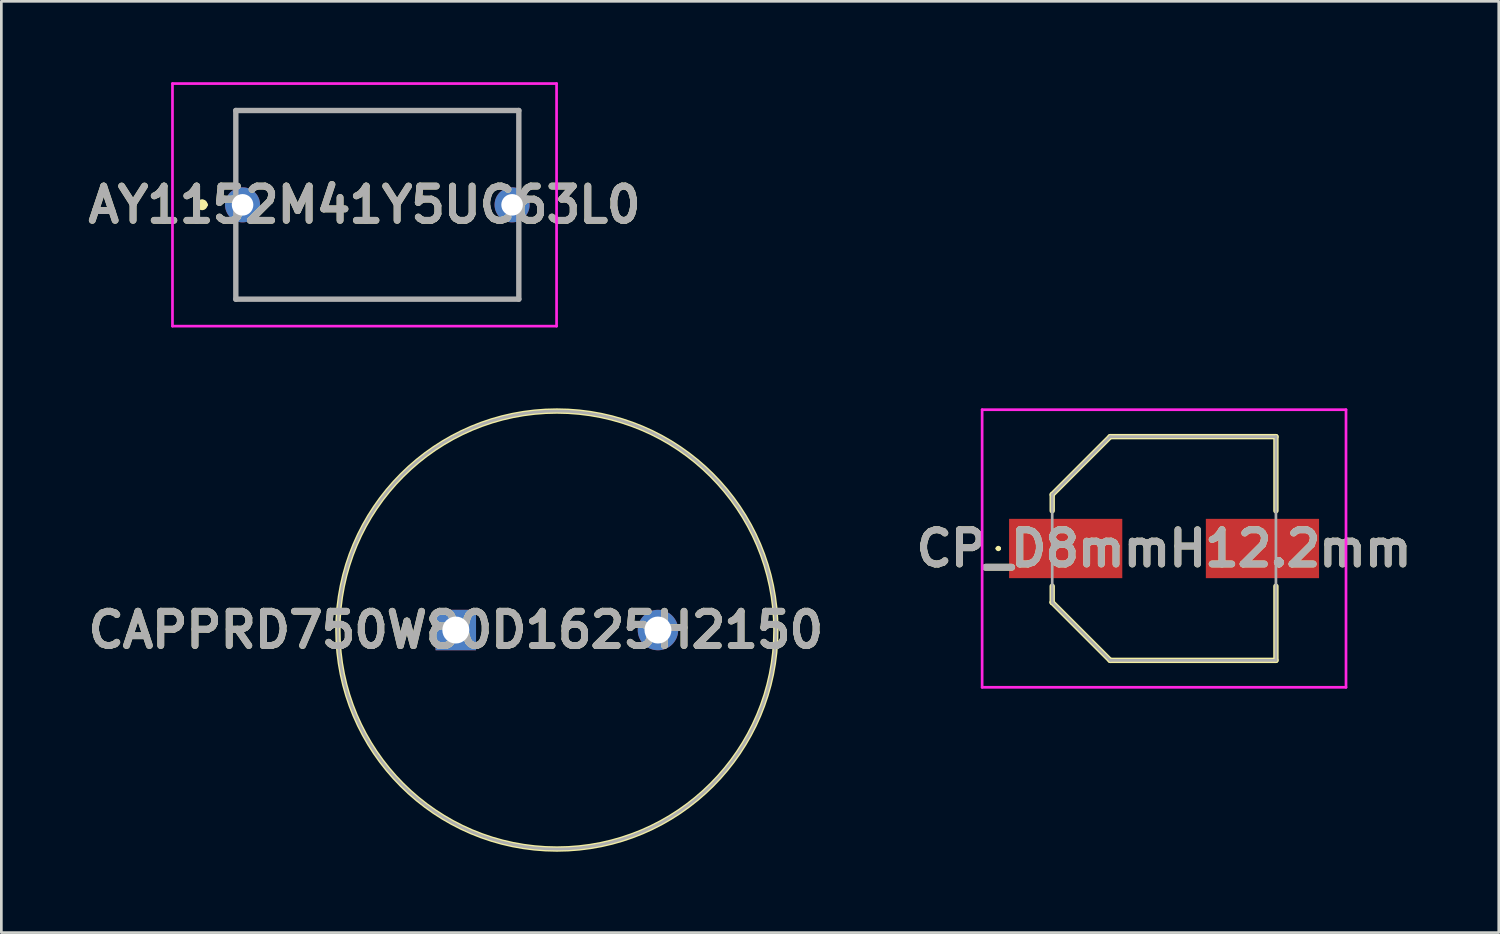
<source format=kicad_pcb>
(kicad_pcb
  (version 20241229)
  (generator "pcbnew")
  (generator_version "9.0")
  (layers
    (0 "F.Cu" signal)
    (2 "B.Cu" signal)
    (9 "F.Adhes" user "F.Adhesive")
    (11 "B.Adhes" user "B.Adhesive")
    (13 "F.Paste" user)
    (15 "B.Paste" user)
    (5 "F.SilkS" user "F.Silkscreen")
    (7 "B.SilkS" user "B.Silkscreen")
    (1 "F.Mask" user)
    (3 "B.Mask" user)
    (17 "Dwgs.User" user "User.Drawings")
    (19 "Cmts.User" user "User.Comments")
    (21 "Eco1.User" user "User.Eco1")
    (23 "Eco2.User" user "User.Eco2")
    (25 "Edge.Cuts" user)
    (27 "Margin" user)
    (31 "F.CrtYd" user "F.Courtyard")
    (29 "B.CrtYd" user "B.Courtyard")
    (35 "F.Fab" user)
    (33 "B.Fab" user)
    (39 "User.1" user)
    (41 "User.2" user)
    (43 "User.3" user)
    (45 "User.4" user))
  (footprint "CP_D8mmH12.2mm"
    (layer "F.Cu")
    (at 40.138 17.3)
    (property "Reference" "CP_D8mmH12.2mm" (at 0 0 0) (layer "F.SilkS") (effects (font (size 1.27 1.27) (thickness 0.254))))
    (attr smd)
    (fp_line (start -6.2 0) (end -6.2 0) (stroke (width 0.1) (type solid)) (layer "F.SilkS"))
    (fp_line (start -6.1 0) (end -6.1 0) (stroke (width 0.1) (type solid)) (layer "F.SilkS"))
    (fp_line (start -4.15 -2) (end -2 -4.15) (stroke (width 0.2) (type solid)) (layer "F.SilkS"))
    (fp_line (start -4.15 -1.4) (end -4.15 -2) (stroke (width 0.2) (type solid)) (layer "F.SilkS"))
    (fp_line (start -4.15 2) (end -4.15 1.4) (stroke (width 0.2) (type solid)) (layer "F.SilkS"))
    (fp_line (start -4.15 2) (end -4.15 2) (stroke (width 0.2) (type solid)) (layer "F.SilkS"))
    (fp_line (start -2 -4.15) (end 4.15 -4.15) (stroke (width 0.2) (type solid)) (layer "F.SilkS"))
    (fp_line (start -2 4.15) (end -4.15 2) (stroke (width 0.2) (type solid)) (layer "F.SilkS"))
    (fp_line (start 4.15 -4.15) (end 4.15 -1.4) (stroke (width 0.2) (type solid)) (layer "F.SilkS"))
    (fp_line (start 4.15 1.4) (end 4.15 4.15) (stroke (width 0.2) (type solid)) (layer "F.SilkS"))
    (fp_line (start 4.15 4.15) (end -2 4.15) (stroke (width 0.2) (type solid)) (layer "F.SilkS"))
    (fp_arc (start -6.2 0) (mid -6.15 -0.05) (end -6.1 0) (stroke (width 0.1) (type solid)) (layer "F.SilkS"))
    (fp_arc (start -6.1 0) (mid -6.15 0.05) (end -6.2 0) (stroke (width 0.1) (type solid)) (layer "F.SilkS"))
    (fp_line (start -6.75 -5.15) (end 6.75 -5.15) (stroke (width 0.1) (type solid)) (layer "F.CrtYd"))
    (fp_line (start -6.75 5.15) (end -6.75 -5.15) (stroke (width 0.1) (type solid)) (layer "F.CrtYd"))
    (fp_line (start 6.75 -5.15) (end 6.75 5.15) (stroke (width 0.1) (type solid)) (layer "F.CrtYd"))
    (fp_line (start 6.75 5.15) (end -6.75 5.15) (stroke (width 0.1) (type solid)) (layer "F.CrtYd"))
    (fp_line (start -4.15 -2) (end -2 -4.15) (stroke (width 0.1) (type solid)) (layer "F.Fab"))
    (fp_line (start -4.15 2) (end -4.15 -2) (stroke (width 0.1) (type solid)) (layer "F.Fab"))
    (fp_line (start -2 -4.15) (end 4.15 -4.15) (stroke (width 0.1) (type solid)) (layer "F.Fab"))
    (fp_line (start -2 4.15) (end -4.15 2) (stroke (width 0.1) (type solid)) (layer "F.Fab"))
    (fp_line (start 4.15 -4.15) (end 4.15 4.15) (stroke (width 0.1) (type solid)) (layer "F.Fab"))
    (fp_line (start 4.15 4.15) (end -2 4.15) (stroke (width 0.1) (type solid)) (layer "F.Fab"))
    (fp_text user "${REFERENCE}" (at 0 0 0) (layer "F.Fab") (effects (font (size 1.27 1.27) (thickness 0.254))))
    (pad "1" smd rect (at -3.65 0 90) (size 2.2 4.2) (layers "F.Cu" "F.Mask" "F.Paste"))
    (pad "2" smd rect (at 3.65 0 90) (size 2.2 4.2) (layers "F.Cu" "F.Mask" "F.Paste")))
  (footprint "CAPPRD750W80D1625H2150"
    (layer "F.Cu")
    (at 13.861 20.325)
    (property "Reference" "CAPPRD750W80D1625H2150" (at 0 0 0) (layer "F.SilkS") (effects (font (size 1.27 1.27) (thickness 0.254))))
    (attr through_hole)
    (fp_circle (center 3.75 0) (end 3.75 8.125) (stroke (width 0.2) (type solid)) (fill no) (layer "F.SilkS"))
    (fp_circle (center 3.75 0) (end 3.75 8.125) (stroke (width 0.1) (type solid)) (fill no) (layer "F.Fab"))
    (fp_text user "${REFERENCE}" (at 0 0 0) (layer "F.Fab") (effects (font (size 1.27 1.27) (thickness 0.254))))
    (pad "1" thru_hole rect (at 0 0) (size 1.5 1.5) (drill 1) (layers "*.Cu" "*.Mask"))
    (pad "2" thru_hole circle (at 7.5 0) (size 1.5 1.5) (drill 1) (layers "*.Cu" "*.Mask")))
  (footprint "AY1152M41Y5UC63L0"
    (layer "F.Cu")
    (at 5.949 4.55)
    (property "Reference" "AY1152M41Y5UC63L0" (at 4.525 0 0) (layer "F.SilkS") (effects (font (size 1.27 1.27) (thickness 0.254))))
    (attr through_hole)
    (fp_line (start -1.6 0) (end -1.6 0) (stroke (width 0.2) (type solid)) (layer "F.SilkS"))
    (fp_line (start -1.4 0) (end -1.4 0) (stroke (width 0.2) (type solid)) (layer "F.SilkS"))
    (fp_line (start -1.4 0) (end -1.4 0) (stroke (width 0.2) (type solid)) (layer "F.SilkS"))
    (fp_line (start -0.25 -3.5) (end -0.25 -3.5) (stroke (width 0.1) (type solid)) (layer "F.SilkS"))
    (fp_line (start -0.25 -3.5) (end -0.25 -3.5) (stroke (width 0.1) (type solid)) (layer "F.SilkS"))
    (fp_line (start -0.25 -3.5) (end -0.25 -1.25) (stroke (width 0.1) (type solid)) (layer "F.SilkS"))
    (fp_line (start -0.25 -3.5) (end 10.25 -3.5) (stroke (width 0.1) (type solid)) (layer "F.SilkS"))
    (fp_line (start -0.25 -1.25) (end -0.25 -3.5) (stroke (width 0.1) (type solid)) (layer "F.SilkS"))
    (fp_line (start -0.25 -1.25) (end -0.25 -1.25) (stroke (width 0.1) (type solid)) (layer "F.SilkS"))
    (fp_line (start -0.25 1.25) (end -0.25 1.25) (stroke (width 0.1) (type solid)) (layer "F.SilkS"))
    (fp_line (start -0.25 1.25) (end -0.25 3.5) (stroke (width 0.1) (type solid)) (layer "F.SilkS"))
    (fp_line (start -0.25 3.5) (end -0.25 1.25) (stroke (width 0.1) (type solid)) (layer "F.SilkS"))
    (fp_line (start -0.25 3.5) (end -0.25 3.5) (stroke (width 0.1) (type solid)) (layer "F.SilkS"))
    (fp_line (start -0.25 3.5) (end -0.25 3.5) (stroke (width 0.1) (type solid)) (layer "F.SilkS"))
    (fp_line (start -0.25 3.5) (end 10.25 3.5) (stroke (width 0.1) (type solid)) (layer "F.SilkS"))
    (fp_line (start 10.25 -3.5) (end -0.25 -3.5) (stroke (width 0.1) (type solid)) (layer "F.SilkS"))
    (fp_line (start 10.25 -3.5) (end 10.25 -3.5) (stroke (width 0.1) (type solid)) (layer "F.SilkS"))
    (fp_line (start 10.25 -3.5) (end 10.25 -3.5) (stroke (width 0.1) (type solid)) (layer "F.SilkS"))
    (fp_line (start 10.25 -3.5) (end 10.25 -1.25) (stroke (width 0.1) (type solid)) (layer "F.SilkS"))
    (fp_line (start 10.25 -1.25) (end 10.25 -3.5) (stroke (width 0.1) (type solid)) (layer "F.SilkS"))
    (fp_line (start 10.25 -1.25) (end 10.25 -1.25) (stroke (width 0.1) (type solid)) (layer "F.SilkS"))
    (fp_line (start 10.25 1.25) (end 10.25 1.25) (stroke (width 0.1) (type solid)) (layer "F.SilkS"))
    (fp_line (start 10.25 1.25) (end 10.25 3.5) (stroke (width 0.1) (type solid)) (layer "F.SilkS"))
    (fp_line (start 10.25 3.5) (end -0.25 3.5) (stroke (width 0.1) (type solid)) (layer "F.SilkS"))
    (fp_line (start 10.25 3.5) (end 10.25 1.25) (stroke (width 0.1) (type solid)) (layer "F.SilkS"))
    (fp_line (start 10.25 3.5) (end 10.25 3.5) (stroke (width 0.1) (type solid)) (layer "F.SilkS"))
    (fp_line (start 10.25 3.5) (end 10.25 3.5) (stroke (width 0.1) (type solid)) (layer "F.SilkS"))
    (fp_arc (start -1.6 0) (mid -1.5 -0.1) (end -1.4 0) (stroke (width 0.2) (type solid)) (layer "F.SilkS"))
    (fp_arc (start -1.6 0) (mid -1.5 -0.1) (end -1.4 0) (stroke (width 0.2) (type solid)) (layer "F.SilkS"))
    (fp_arc (start -1.4 0) (mid -1.5 0.1) (end -1.6 0) (stroke (width 0.2) (type solid)) (layer "F.SilkS"))
    (fp_line (start -2.6 -4.5) (end 11.65 -4.5) (stroke (width 0.1) (type solid)) (layer "F.CrtYd"))
    (fp_line (start -2.6 4.5) (end -2.6 -4.5) (stroke (width 0.1) (type solid)) (layer "F.CrtYd"))
    (fp_line (start 11.65 -4.5) (end 11.65 4.5) (stroke (width 0.1) (type solid)) (layer "F.CrtYd"))
    (fp_line (start 11.65 4.5) (end -2.6 4.5) (stroke (width 0.1) (type solid)) (layer "F.CrtYd"))
    (fp_line (start -0.25 -3.5) (end -0.25 3.5) (stroke (width 0.2) (type solid)) (layer "F.Fab"))
    (fp_line (start -0.25 3.5) (end 10.25 3.5) (stroke (width 0.2) (type solid)) (layer "F.Fab"))
    (fp_line (start 10.25 -3.5) (end -0.25 -3.5) (stroke (width 0.2) (type solid)) (layer "F.Fab"))
    (fp_line (start 10.25 3.5) (end 10.25 -3.5) (stroke (width 0.2) (type solid)) (layer "F.Fab"))
    (fp_text user "${REFERENCE}" (at 4.525 0 0) (layer "F.Fab") (effects (font (size 1.27 1.27) (thickness 0.254))))
    (pad "1" thru_hole circle (at 0 0) (size 1.3 1.3) (drill 0.8) (layers "*.Cu" "*.Mask"))
    (pad "2" thru_hole circle (at 10 0) (size 1.3 1.3) (drill 0.8) (layers "*.Cu" "*.Mask")))
  (gr_rect
    (start -3 -3)
    (end 52.555 31.55)
    (stroke (width 0.1) (type default))
    (fill no)
    (layer "Edge.Cuts")))
</source>
